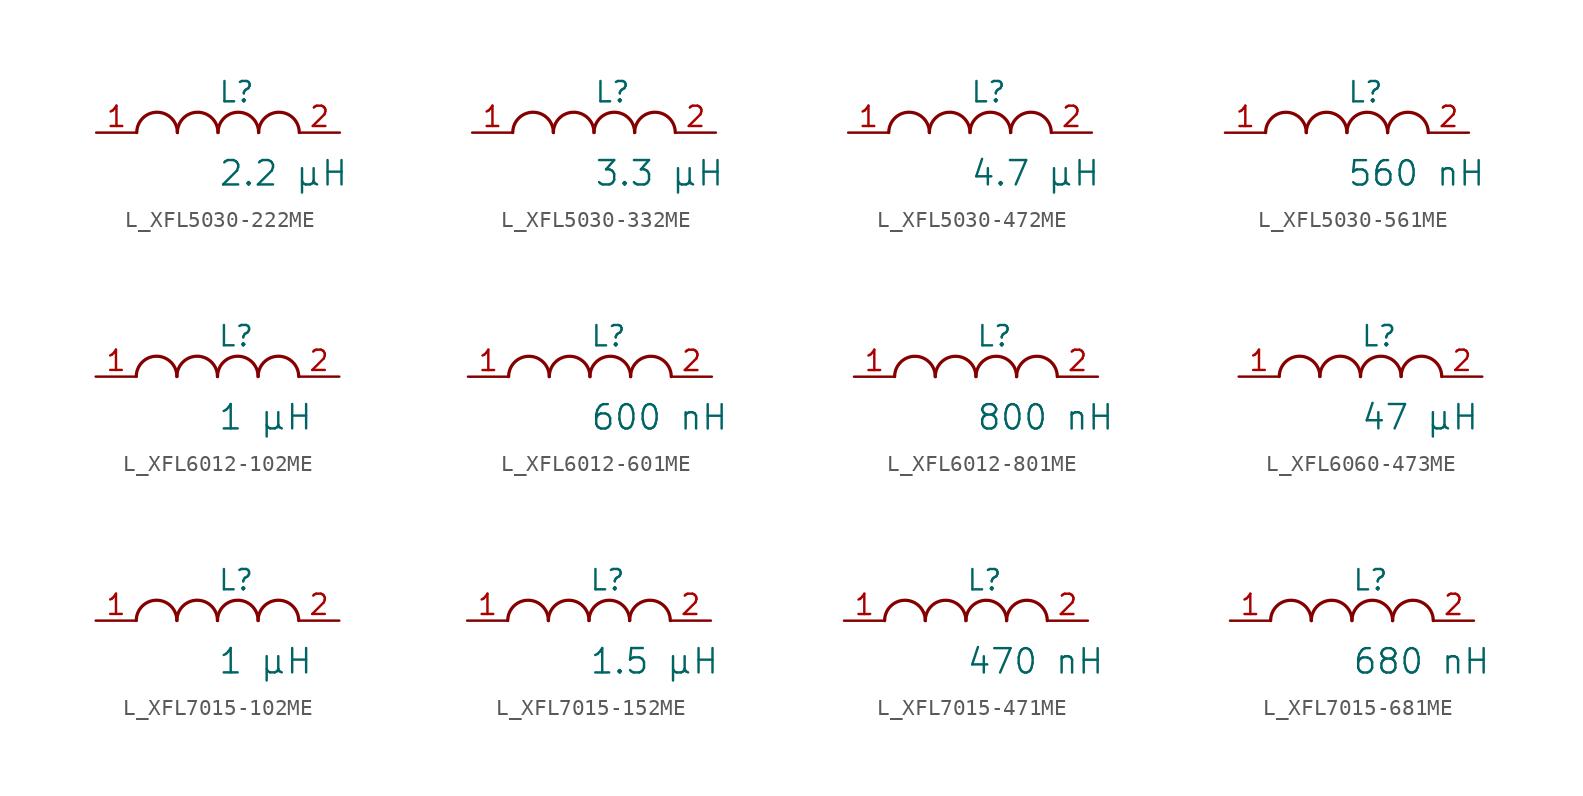
<source format=kicad_sym>
(kicad_symbol_lib
  (version 20231120)
  (generator "kicad_symbol_editor")
  (generator_version "8.0")
  (symbol "L_XFL5030-222ME"
    (pin_names
      (offset 0.254))
    (property "Reference" "L"
      (at 0 2.54 0)
      (effects (font (size 1.27 1.27)) (justify left)))
    (property "Value" "2.2 µH"
      (at 0 -2.54 0)
      (effects (font (size 1.524 1.524)) (justify left)))
    (symbol "L_XFL5030-222ME_1_1"
      (arc (start -2.54 0.0056) (mid -3.81 1.27) (end -5.08 0.0056) (stroke (width 0.2032) (type default)) (fill (type none)))
      (arc (start 0 0.0056) (mid -1.27 1.27) (end -2.54 0.0056) (stroke (width 0.2032) (type default)) (fill (type none)))
      (arc (start 2.54 0.0056) (mid 1.27 1.27) (end 0 0.0056) (stroke (width 0.2032) (type default)) (fill (type none)))
      (arc (start 5.08 0.0056) (mid 3.81 1.27) (end 2.54 0.0056) (stroke (width 0.2032) (type default)) (fill (type none)))
      (pin unspecified line (at -7.62 0 0) (length 2.54) (name "" (effects (font (size 1.27 1.27)))) (number "1" (effects (font (size 1.27 1.27)))))
      (pin unspecified line (at 7.62 0 180) (length 2.54) (name "" (effects (font (size 1.27 1.27)))) (number "2" (effects (font (size 1.27 1.27)))))))
  (symbol "L_XFL5030-332ME"
    (pin_names
      (offset 0.254))
    (property "Reference" "L"
      (at 0 2.54 0)
      (effects (font (size 1.27 1.27)) (justify left)))
    (property "Value" "3.3 µH"
      (at 0 -2.54 0)
      (effects (font (size 1.524 1.524)) (justify left)))
    (symbol "L_XFL5030-332ME_1_1"
      (arc (start -2.54 0.0056) (mid -3.81 1.27) (end -5.08 0.0056) (stroke (width 0.2032) (type default)) (fill (type none)))
      (arc (start 0 0.0056) (mid -1.27 1.27) (end -2.54 0.0056) (stroke (width 0.2032) (type default)) (fill (type none)))
      (arc (start 2.54 0.0056) (mid 1.27 1.27) (end 0 0.0056) (stroke (width 0.2032) (type default)) (fill (type none)))
      (arc (start 5.08 0.0056) (mid 3.81 1.27) (end 2.54 0.0056) (stroke (width 0.2032) (type default)) (fill (type none)))
      (pin unspecified line (at -7.62 0 0) (length 2.54) (name "" (effects (font (size 1.27 1.27)))) (number "1" (effects (font (size 1.27 1.27)))))
      (pin unspecified line (at 7.62 0 180) (length 2.54) (name "" (effects (font (size 1.27 1.27)))) (number "2" (effects (font (size 1.27 1.27)))))))
  (symbol "L_XFL5030-472ME"
    (pin_names
      (offset 0.254))
    (property "Reference" "L"
      (at 0 2.54 0)
      (effects (font (size 1.27 1.27)) (justify left)))
    (property "Value" "4.7 µH"
      (at 0 -2.54 0)
      (effects (font (size 1.524 1.524)) (justify left)))
    (symbol "L_XFL5030-472ME_1_1"
      (arc (start -2.54 0.0056) (mid -3.81 1.27) (end -5.08 0.0056) (stroke (width 0.2032) (type default)) (fill (type none)))
      (arc (start 0 0.0056) (mid -1.27 1.27) (end -2.54 0.0056) (stroke (width 0.2032) (type default)) (fill (type none)))
      (arc (start 2.54 0.0056) (mid 1.27 1.27) (end 0 0.0056) (stroke (width 0.2032) (type default)) (fill (type none)))
      (arc (start 5.08 0.0056) (mid 3.81 1.27) (end 2.54 0.0056) (stroke (width 0.2032) (type default)) (fill (type none)))
      (pin unspecified line (at -7.62 0 0) (length 2.54) (name "" (effects (font (size 1.27 1.27)))) (number "1" (effects (font (size 1.27 1.27)))))
      (pin unspecified line (at 7.62 0 180) (length 2.54) (name "" (effects (font (size 1.27 1.27)))) (number "2" (effects (font (size 1.27 1.27)))))))
  (symbol "L_XFL5030-561ME"
    (pin_names
      (offset 0.254))
    (property "Reference" "L"
      (at 0 2.54 0)
      (effects (font (size 1.27 1.27)) (justify left)))
    (property "Value" "560 nH"
      (at 0 -2.54 0)
      (effects (font (size 1.524 1.524)) (justify left)))
    (symbol "L_XFL5030-561ME_1_1"
      (arc (start -2.54 0.0056) (mid -3.81 1.27) (end -5.08 0.0056) (stroke (width 0.2032) (type default)) (fill (type none)))
      (arc (start 0 0.0056) (mid -1.27 1.27) (end -2.54 0.0056) (stroke (width 0.2032) (type default)) (fill (type none)))
      (arc (start 2.54 0.0056) (mid 1.27 1.27) (end 0 0.0056) (stroke (width 0.2032) (type default)) (fill (type none)))
      (arc (start 5.08 0.0056) (mid 3.81 1.27) (end 2.54 0.0056) (stroke (width 0.2032) (type default)) (fill (type none)))
      (pin unspecified line (at -7.62 0 0) (length 2.54) (name "" (effects (font (size 1.27 1.27)))) (number "1" (effects (font (size 1.27 1.27)))))
      (pin unspecified line (at 7.62 0 180) (length 2.54) (name "" (effects (font (size 1.27 1.27)))) (number "2" (effects (font (size 1.27 1.27)))))))
  (symbol "L_XFL6012-102ME"
    (pin_names
      (offset 0.254))
    (property "Reference" "L"
      (at 0 2.54 0)
      (effects (font (size 1.27 1.27)) (justify left)))
    (property "Value" "1 µH"
      (at 0 -2.54 0)
      (effects (font (size 1.524 1.524)) (justify left)))
    (symbol "L_XFL6012-102ME_1_1"
      (arc (start -2.54 0.0056) (mid -3.81 1.27) (end -5.08 0.0056) (stroke (width 0.2032) (type default)) (fill (type none)))
      (arc (start 0 0.0056) (mid -1.27 1.27) (end -2.54 0.0056) (stroke (width 0.2032) (type default)) (fill (type none)))
      (arc (start 2.54 0.0056) (mid 1.27 1.27) (end 0 0.0056) (stroke (width 0.2032) (type default)) (fill (type none)))
      (arc (start 5.08 0.0056) (mid 3.81 1.27) (end 2.54 0.0056) (stroke (width 0.2032) (type default)) (fill (type none)))
      (pin unspecified line (at -7.62 0 0) (length 2.54) (name "" (effects (font (size 1.27 1.27)))) (number "1" (effects (font (size 1.27 1.27)))))
      (pin unspecified line (at 7.62 0 180) (length 2.54) (name "" (effects (font (size 1.27 1.27)))) (number "2" (effects (font (size 1.27 1.27)))))))
  (symbol "L_XFL6012-601ME"
    (pin_names
      (offset 0.254))
    (property "Reference" "L"
      (at 0 2.54 0)
      (effects (font (size 1.27 1.27)) (justify left)))
    (property "Value" "600 nH"
      (at 0 -2.54 0)
      (effects (font (size 1.524 1.524)) (justify left)))
    (symbol "L_XFL6012-601ME_1_1"
      (arc (start -2.54 0.0056) (mid -3.81 1.27) (end -5.08 0.0056) (stroke (width 0.2032) (type default)) (fill (type none)))
      (arc (start 0 0.0056) (mid -1.27 1.27) (end -2.54 0.0056) (stroke (width 0.2032) (type default)) (fill (type none)))
      (arc (start 2.54 0.0056) (mid 1.27 1.27) (end 0 0.0056) (stroke (width 0.2032) (type default)) (fill (type none)))
      (arc (start 5.08 0.0056) (mid 3.81 1.27) (end 2.54 0.0056) (stroke (width 0.2032) (type default)) (fill (type none)))
      (pin unspecified line (at -7.62 0 0) (length 2.54) (name "" (effects (font (size 1.27 1.27)))) (number "1" (effects (font (size 1.27 1.27)))))
      (pin unspecified line (at 7.62 0 180) (length 2.54) (name "" (effects (font (size 1.27 1.27)))) (number "2" (effects (font (size 1.27 1.27)))))))
  (symbol "L_XFL6012-801ME"
    (pin_names
      (offset 0.254))
    (property "Reference" "L"
      (at 0 2.54 0)
      (effects (font (size 1.27 1.27)) (justify left)))
    (property "Value" "800 nH"
      (at 0 -2.54 0)
      (effects (font (size 1.524 1.524)) (justify left)))
    (symbol "L_XFL6012-801ME_1_1"
      (arc (start -2.54 0.0056) (mid -3.81 1.27) (end -5.08 0.0056) (stroke (width 0.2032) (type default)) (fill (type none)))
      (arc (start 0 0.0056) (mid -1.27 1.27) (end -2.54 0.0056) (stroke (width 0.2032) (type default)) (fill (type none)))
      (arc (start 2.54 0.0056) (mid 1.27 1.27) (end 0 0.0056) (stroke (width 0.2032) (type default)) (fill (type none)))
      (arc (start 5.08 0.0056) (mid 3.81 1.27) (end 2.54 0.0056) (stroke (width 0.2032) (type default)) (fill (type none)))
      (pin unspecified line (at -7.62 0 0) (length 2.54) (name "" (effects (font (size 1.27 1.27)))) (number "1" (effects (font (size 1.27 1.27)))))
      (pin unspecified line (at 7.62 0 180) (length 2.54) (name "" (effects (font (size 1.27 1.27)))) (number "2" (effects (font (size 1.27 1.27)))))))
  (symbol "L_XFL6060-473ME"
    (pin_names
      (offset 0.254))
    (property "Reference" "L"
      (at 0 2.54 0)
      (effects (font (size 1.27 1.27)) (justify left)))
    (property "Value" "47 µH"
      (at 0 -2.54 0)
      (effects (font (size 1.524 1.524)) (justify left)))
    (symbol "L_XFL6060-473ME_1_1"
      (arc (start -2.54 0.0056) (mid -3.81 1.27) (end -5.08 0.0056) (stroke (width 0.2032) (type default)) (fill (type none)))
      (arc (start 0 0.0056) (mid -1.27 1.27) (end -2.54 0.0056) (stroke (width 0.2032) (type default)) (fill (type none)))
      (arc (start 2.54 0.0056) (mid 1.27 1.27) (end 0 0.0056) (stroke (width 0.2032) (type default)) (fill (type none)))
      (arc (start 5.08 0.0056) (mid 3.81 1.27) (end 2.54 0.0056) (stroke (width 0.2032) (type default)) (fill (type none)))
      (pin unspecified line (at -7.62 0 0) (length 2.54) (name "" (effects (font (size 1.27 1.27)))) (number "1" (effects (font (size 1.27 1.27)))))
      (pin unspecified line (at 7.62 0 180) (length 2.54) (name "" (effects (font (size 1.27 1.27)))) (number "2" (effects (font (size 1.27 1.27)))))))
  (symbol "L_XFL7015-102ME"
    (pin_names
      (offset 0.254))
    (property "Reference" "L"
      (at 0 2.54 0)
      (effects (font (size 1.27 1.27)) (justify left)))
    (property "Value" "1 µH"
      (at 0 -2.54 0)
      (effects (font (size 1.524 1.524)) (justify left)))
    (symbol "L_XFL7015-102ME_1_1"
      (arc (start -2.54 0.0056) (mid -3.81 1.27) (end -5.08 0.0056) (stroke (width 0.2032) (type default)) (fill (type none)))
      (arc (start 0 0.0056) (mid -1.27 1.27) (end -2.54 0.0056) (stroke (width 0.2032) (type default)) (fill (type none)))
      (arc (start 2.54 0.0056) (mid 1.27 1.27) (end 0 0.0056) (stroke (width 0.2032) (type default)) (fill (type none)))
      (arc (start 5.08 0.0056) (mid 3.81 1.27) (end 2.54 0.0056) (stroke (width 0.2032) (type default)) (fill (type none)))
      (pin unspecified line (at -7.62 0 0) (length 2.54) (name "" (effects (font (size 1.27 1.27)))) (number "1" (effects (font (size 1.27 1.27)))))
      (pin unspecified line (at 7.62 0 180) (length 2.54) (name "" (effects (font (size 1.27 1.27)))) (number "2" (effects (font (size 1.27 1.27)))))))
  (symbol "L_XFL7015-152ME"
    (pin_names
      (offset 0.254))
    (property "Reference" "L"
      (at 0 2.54 0)
      (effects (font (size 1.27 1.27)) (justify left)))
    (property "Value" "1.5 µH"
      (at 0 -2.54 0)
      (effects (font (size 1.524 1.524)) (justify left)))
    (symbol "L_XFL7015-152ME_1_1"
      (arc (start -2.54 0.0056) (mid -3.81 1.27) (end -5.08 0.0056) (stroke (width 0.2032) (type default)) (fill (type none)))
      (arc (start 0 0.0056) (mid -1.27 1.27) (end -2.54 0.0056) (stroke (width 0.2032) (type default)) (fill (type none)))
      (arc (start 2.54 0.0056) (mid 1.27 1.27) (end 0 0.0056) (stroke (width 0.2032) (type default)) (fill (type none)))
      (arc (start 5.08 0.0056) (mid 3.81 1.27) (end 2.54 0.0056) (stroke (width 0.2032) (type default)) (fill (type none)))
      (pin unspecified line (at -7.62 0 0) (length 2.54) (name "" (effects (font (size 1.27 1.27)))) (number "1" (effects (font (size 1.27 1.27)))))
      (pin unspecified line (at 7.62 0 180) (length 2.54) (name "" (effects (font (size 1.27 1.27)))) (number "2" (effects (font (size 1.27 1.27)))))))
  (symbol "L_XFL7015-471ME"
    (pin_names
      (offset 0.254))
    (property "Reference" "L"
      (at 0 2.54 0)
      (effects (font (size 1.27 1.27)) (justify left)))
    (property "Value" "470 nH"
      (at 0 -2.54 0)
      (effects (font (size 1.524 1.524)) (justify left)))
    (symbol "L_XFL7015-471ME_1_1"
      (arc (start -2.54 0.0056) (mid -3.81 1.27) (end -5.08 0.0056) (stroke (width 0.2032) (type default)) (fill (type none)))
      (arc (start 0 0.0056) (mid -1.27 1.27) (end -2.54 0.0056) (stroke (width 0.2032) (type default)) (fill (type none)))
      (arc (start 2.54 0.0056) (mid 1.27 1.27) (end 0 0.0056) (stroke (width 0.2032) (type default)) (fill (type none)))
      (arc (start 5.08 0.0056) (mid 3.81 1.27) (end 2.54 0.0056) (stroke (width 0.2032) (type default)) (fill (type none)))
      (pin unspecified line (at -7.62 0 0) (length 2.54) (name "" (effects (font (size 1.27 1.27)))) (number "1" (effects (font (size 1.27 1.27)))))
      (pin unspecified line (at 7.62 0 180) (length 2.54) (name "" (effects (font (size 1.27 1.27)))) (number "2" (effects (font (size 1.27 1.27)))))))
  (symbol "L_XFL7015-681ME"
    (pin_names
      (offset 0.254))
    (property "Reference" "L"
      (at 0 2.54 0)
      (effects (font (size 1.27 1.27)) (justify left)))
    (property "Value" "680 nH"
      (at 0 -2.54 0)
      (effects (font (size 1.524 1.524)) (justify left)))
    (symbol "L_XFL7015-681ME_1_1"
      (arc (start -2.54 0.0056) (mid -3.81 1.27) (end -5.08 0.0056) (stroke (width 0.2032) (type default)) (fill (type none)))
      (arc (start 0 0.0056) (mid -1.27 1.27) (end -2.54 0.0056) (stroke (width 0.2032) (type default)) (fill (type none)))
      (arc (start 2.54 0.0056) (mid 1.27 1.27) (end 0 0.0056) (stroke (width 0.2032) (type default)) (fill (type none)))
      (arc (start 5.08 0.0056) (mid 3.81 1.27) (end 2.54 0.0056) (stroke (width 0.2032) (type default)) (fill (type none)))
      (pin unspecified line (at -7.62 0 0) (length 2.54) (name "" (effects (font (size 1.27 1.27)))) (number "1" (effects (font (size 1.27 1.27)))))
      (pin unspecified line (at 7.62 0 180) (length 2.54) (name "" (effects (font (size 1.27 1.27)))) (number "2" (effects (font (size 1.27 1.27))))))))
</source>
